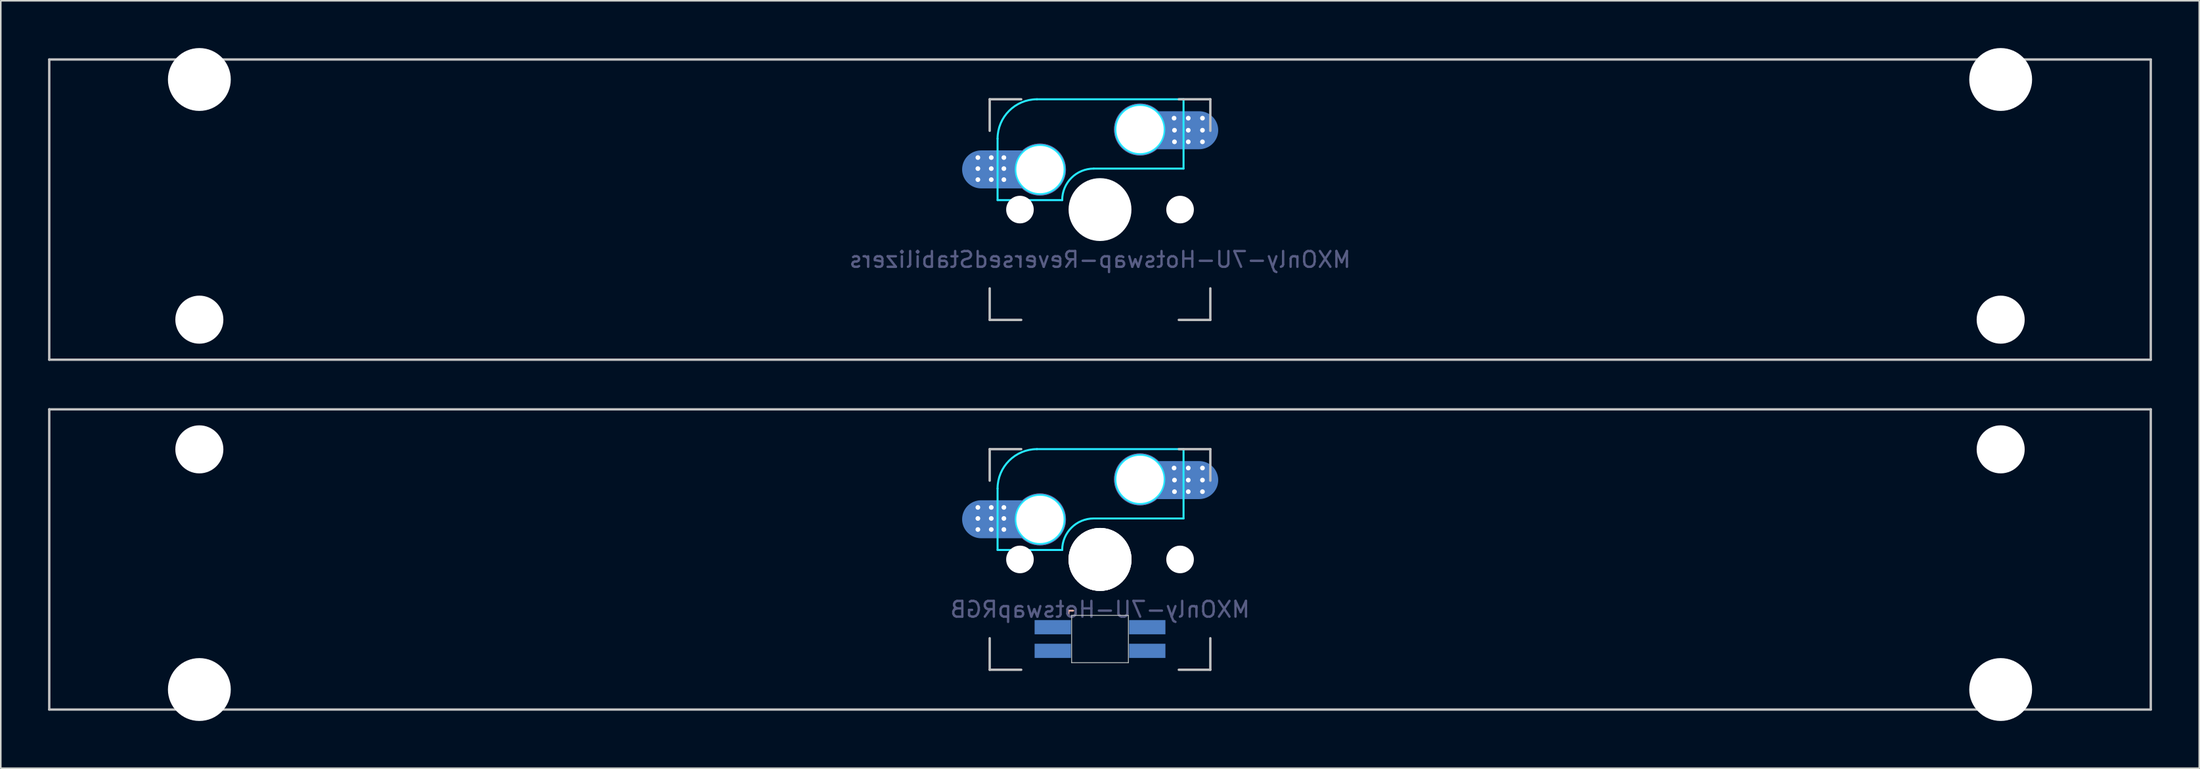
<source format=kicad_pcb>
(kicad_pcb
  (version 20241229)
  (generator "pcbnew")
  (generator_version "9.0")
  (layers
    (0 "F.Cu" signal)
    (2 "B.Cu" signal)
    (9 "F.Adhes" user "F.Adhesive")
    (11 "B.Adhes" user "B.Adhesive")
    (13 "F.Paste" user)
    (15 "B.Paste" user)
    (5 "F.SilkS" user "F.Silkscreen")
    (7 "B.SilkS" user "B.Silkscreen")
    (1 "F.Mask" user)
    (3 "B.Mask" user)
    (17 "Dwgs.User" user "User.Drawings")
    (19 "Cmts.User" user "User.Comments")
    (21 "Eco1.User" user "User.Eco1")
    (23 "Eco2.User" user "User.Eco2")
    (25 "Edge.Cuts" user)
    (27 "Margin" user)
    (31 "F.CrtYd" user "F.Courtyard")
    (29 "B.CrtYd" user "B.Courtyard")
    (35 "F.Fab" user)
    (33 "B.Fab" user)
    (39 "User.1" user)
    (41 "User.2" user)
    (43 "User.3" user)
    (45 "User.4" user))
  (footprint "MXOnly-7U-Hotswap-ReversedStabilizers"
    (layer "F.Cu")
    (at 66.75 10.249)
    (property "Reference" "MXOnly-7U-Hotswap-ReversedStabilizers" (at 0 3.175 0) (layer "B.Fab") (effects (font (size 1 1) (thickness 0.15)) (justify mirror)))
    (attr smd)
    (fp_line (start -66.675 -9.525) (end 66.675 -9.525) (stroke (width 0.15) (type solid)) (layer "Dwgs.User"))
    (fp_line (start -66.675 9.525) (end -66.675 -9.525) (stroke (width 0.15) (type solid)) (layer "Dwgs.User"))
    (fp_line (start -7 -7) (end -7 -5) (stroke (width 0.15) (type solid)) (layer "Dwgs.User"))
    (fp_line (start -7 5) (end -7 7) (stroke (width 0.15) (type solid)) (layer "Dwgs.User"))
    (fp_line (start -7 7) (end -5 7) (stroke (width 0.15) (type solid)) (layer "Dwgs.User"))
    (fp_line (start -5 -7) (end -7 -7) (stroke (width 0.15) (type solid)) (layer "Dwgs.User"))
    (fp_line (start 5 -7) (end 7 -7) (stroke (width 0.15) (type solid)) (layer "Dwgs.User"))
    (fp_line (start 5 7) (end 7 7) (stroke (width 0.15) (type solid)) (layer "Dwgs.User"))
    (fp_line (start 7 -5) (end 7 -7) (stroke (width 0.15) (type solid)) (layer "Dwgs.User"))
    (fp_line (start 7 7) (end 7 5) (stroke (width 0.15) (type solid)) (layer "Dwgs.User"))
    (fp_line (start 66.675 -9.525) (end 66.675 9.525) (stroke (width 0.15) (type solid)) (layer "Dwgs.User"))
    (fp_line (start 66.675 9.525) (end -66.675 9.525) (stroke (width 0.15) (type solid)) (layer "Dwgs.User"))
    (fp_line (start -6.5 -4.5) (end -6.5 -0.6) (stroke (width 0.127) (type solid)) (layer "B.CrtYd"))
    (fp_line (start -6.5 -0.6) (end -2.4 -0.6) (stroke (width 0.127) (type solid)) (layer "B.CrtYd"))
    (fp_line (start -0.4 -2.6) (end 5.3 -2.6) (stroke (width 0.127) (type solid)) (layer "B.CrtYd"))
    (fp_line (start 5.3 -7) (end -4 -7) (stroke (width 0.127) (type solid)) (layer "B.CrtYd"))
    (fp_line (start 5.3 -7) (end 5.3 -2.6) (stroke (width 0.127) (type solid)) (layer "B.CrtYd"))
    (fp_arc (start -6.5 -4.5) (mid -5.767767 -6.267767) (end -4 -7) (stroke (width 0.127) (type solid)) (layer "B.CrtYd"))
    (fp_arc (start -2.4 -0.6) (mid -1.814214 -2.014214) (end -0.4 -2.6) (stroke (width 0.127) (type solid)) (layer "B.CrtYd"))
    (fp_circle (center -3.81 -2.54) (end -2.286 -2.54) (stroke (width 0.15) (type solid)) (fill no) (layer "B.CrtYd"))
    (fp_circle (center 2.54 -5.08) (end 2.54 -6.604) (stroke (width 0.15) (type solid)) (fill no) (layer "B.CrtYd"))
    (pad "" np_thru_hole circle (at -57.15 -8.255) (size 3.988 3.988) (drill 3.988) (layers "*.Cu" "*.Mask"))
    (pad "" np_thru_hole circle (at -57.15 6.985) (size 3.048 3.048) (drill 3.048) (layers "*.Cu" "*.Mask"))
    (pad "" np_thru_hole circle (at -5.08 0 48.1) (size 1.75 1.75) (drill 1.75) (layers "*.Cu" "*.Mask"))
    (pad "" np_thru_hole circle (at 0 0) (size 3.988 3.988) (drill 3.988) (layers "*.Cu" "*.Mask"))
    (pad "" np_thru_hole circle (at 5.08 0 48.1) (size 1.75 1.75) (drill 1.75) (layers "*.Cu" "*.Mask"))
    (pad "" np_thru_hole circle (at 57.15 -8.255) (size 3.988 3.988) (drill 3.988) (layers "*.Cu" "*.Mask"))
    (pad "" np_thru_hole circle (at 57.15 6.985) (size 3.048 3.048) (drill 3.048) (layers "*.Cu" "*.Mask"))
    (pad "1" thru_hole circle (at 2.54 -5.08) (size 3.3 3.3) (drill 3) (layers "*.Cu" "B.Mask"))
    (pad "1" thru_hole circle (at 4.7 -5.8) (size 0.4 0.4) (drill 0.3) (layers "*.Cu" "B.Mask"))
    (pad "1" thru_hole circle (at 4.725 -5.035) (size 0.4 0.4) (drill 0.3) (layers "*.Cu" "B.Mask"))
    (pad "1" thru_hole circle (at 4.725 -4.3) (size 0.4 0.4) (drill 0.3) (layers "*.Cu" "B.Mask"))
    (pad "1" smd oval (at 4.75 -5.035) (size 5.5 2.41) (layers "B.Cu" "B.Mask" "B.Paste"))
    (pad "1" thru_hole circle (at 5.6 -5.8) (size 0.4 0.4) (drill 0.3) (layers "*.Cu" "B.Mask"))
    (pad "1" thru_hole circle (at 5.6 -5.035) (size 0.4 0.4) (drill 0.3) (layers "*.Cu" "B.Mask"))
    (pad "1" thru_hole circle (at 5.6 -4.3) (size 0.4 0.4) (drill 0.3) (layers "*.Cu" "B.Mask"))
    (pad "1" thru_hole circle (at 6.5 -5.8) (size 0.4 0.4) (drill 0.3) (layers "*.Cu" "B.Mask"))
    (pad "1" thru_hole circle (at 6.5 -5.035) (size 0.4 0.4) (drill 0.3) (layers "*.Cu" "B.Mask"))
    (pad "1" thru_hole circle (at 6.5 -4.3) (size 0.4 0.4) (drill 0.3) (layers "*.Cu" "B.Mask"))
    (pad "2" thru_hole circle (at -7.75 -3.3) (size 0.4 0.4) (drill 0.3) (layers "*.Cu" "B.Mask"))
    (pad "2" thru_hole circle (at -7.75 -2.6) (size 0.4 0.4) (drill 0.3) (layers "*.Cu" "B.Mask"))
    (pad "2" thru_hole circle (at -7.75 -1.9) (size 0.4 0.4) (drill 0.3) (layers "*.Cu" "B.Mask"))
    (pad "2" thru_hole circle (at -6.9 -3.3) (size 0.4 0.4) (drill 0.3) (layers "*.Cu" "B.Mask"))
    (pad "2" thru_hole circle (at -6.9 -2.6) (size 0.4 0.4) (drill 0.3) (layers "*.Cu" "B.Mask"))
    (pad "2" thru_hole circle (at -6.9 -1.9) (size 0.4 0.4) (drill 0.3) (layers "*.Cu" "B.Mask"))
    (pad "2" thru_hole circle (at -6.1 -3.3) (size 0.4 0.4) (drill 0.3) (layers "*.Cu" "B.Mask"))
    (pad "2" thru_hole circle (at -6.1 -2.6) (size 0.4 0.4) (drill 0.3) (layers "*.Cu" "B.Mask"))
    (pad "2" thru_hole circle (at -6.1 -1.9) (size 0.4 0.4) (drill 0.3) (layers "*.Cu" "B.Mask"))
    (pad "2" smd oval (at -6 -2.55) (size 5.5 2.41) (layers "B.Cu" "B.Mask" "B.Paste"))
    (pad "2" thru_hole circle (at -3.81 -2.54) (size 3.3 3.3) (drill 3) (layers "*.Cu" "B.Mask")))
  (footprint "MXOnly-7U-HotswapRGB"
    (layer "F.Cu")
    (at 66.75 32.449)
    (property "Reference" "MXOnly-7U-HotswapRGB" (at 0 3.175 0) (layer "B.Fab") (effects (font (size 1 1) (thickness 0.15)) (justify mirror)))
    (attr smd)
    (fp_line (start -2 3.25) (end -2 3.55) (stroke (width 0.12) (type solid)) (layer "B.SilkS"))
    (fp_line (start -1.7 3.25) (end -2 3.25) (stroke (width 0.12) (type solid)) (layer "B.SilkS"))
    (fp_line (start -66.675 -9.525) (end 66.675 -9.525) (stroke (width 0.15) (type solid)) (layer "Dwgs.User"))
    (fp_line (start -66.675 9.525) (end -66.675 -9.525) (stroke (width 0.15) (type solid)) (layer "Dwgs.User"))
    (fp_line (start -7 -7) (end -7 -5) (stroke (width 0.15) (type solid)) (layer "Dwgs.User"))
    (fp_line (start -7 5) (end -7 7) (stroke (width 0.15) (type solid)) (layer "Dwgs.User"))
    (fp_line (start -7 7) (end -5 7) (stroke (width 0.15) (type solid)) (layer "Dwgs.User"))
    (fp_line (start -5 -7) (end -7 -7) (stroke (width 0.15) (type solid)) (layer "Dwgs.User"))
    (fp_line (start 5 -7) (end 7 -7) (stroke (width 0.15) (type solid)) (layer "Dwgs.User"))
    (fp_line (start 5 7) (end 7 7) (stroke (width 0.15) (type solid)) (layer "Dwgs.User"))
    (fp_line (start 7 -5) (end 7 -7) (stroke (width 0.15) (type solid)) (layer "Dwgs.User"))
    (fp_line (start 7 7) (end 7 5) (stroke (width 0.15) (type solid)) (layer "Dwgs.User"))
    (fp_line (start 66.675 -9.525) (end 66.675 9.525) (stroke (width 0.15) (type solid)) (layer "Dwgs.User"))
    (fp_line (start 66.675 9.525) (end -66.675 9.525) (stroke (width 0.15) (type solid)) (layer "Dwgs.User"))
    (fp_line (start -1.8 3.55) (end -1.8 6.55) (stroke (width 0.05) (type default)) (layer "Edge.Cuts"))
    (fp_line (start -1.8 3.55) (end 1.8 3.55) (stroke (width 0.05) (type solid)) (layer "Edge.Cuts"))
    (fp_line (start 1.8 3.55) (end 1.8 6.55) (stroke (width 0.05) (type default)) (layer "Edge.Cuts"))
    (fp_line (start 1.8 6.55) (end -1.8 6.55) (stroke (width 0.05) (type solid)) (layer "Edge.Cuts"))
    (fp_line (start -6.5 -4.5) (end -6.5 -0.6) (stroke (width 0.127) (type solid)) (layer "B.CrtYd"))
    (fp_line (start -6.5 -0.6) (end -2.4 -0.6) (stroke (width 0.127) (type solid)) (layer "B.CrtYd"))
    (fp_line (start -0.4 -2.6) (end 5.3 -2.6) (stroke (width 0.127) (type solid)) (layer "B.CrtYd"))
    (fp_line (start 5.3 -7) (end -4 -7) (stroke (width 0.127) (type solid)) (layer "B.CrtYd"))
    (fp_line (start 5.3 -7) (end 5.3 -2.6) (stroke (width 0.127) (type solid)) (layer "B.CrtYd"))
    (fp_arc (start -6.5 -4.5) (mid -5.767767 -6.267767) (end -4 -7) (stroke (width 0.127) (type solid)) (layer "B.CrtYd"))
    (fp_arc (start -2.4 -0.6) (mid -1.814214 -2.014214) (end -0.4 -2.6) (stroke (width 0.127) (type solid)) (layer "B.CrtYd"))
    (fp_circle (center -3.81 -2.54) (end -2.286 -2.54) (stroke (width 0.15) (type solid)) (fill no) (layer "B.CrtYd"))
    (fp_circle (center 2.54 -5.08) (end 2.54 -6.604) (stroke (width 0.15) (type solid)) (fill no) (layer "B.CrtYd"))
    (pad "" np_thru_hole circle (at -57.15 -6.985) (size 3.048 3.048) (drill 3.048) (layers "*.Cu" "*.Mask"))
    (pad "" np_thru_hole circle (at -57.15 8.255) (size 3.988 3.988) (drill 3.988) (layers "*.Cu" "*.Mask"))
    (pad "" np_thru_hole circle (at -5.08 0 48.1) (size 1.75 1.75) (drill 1.75) (layers "*.Cu" "*.Mask"))
    (pad "" np_thru_hole circle (at 0 0) (size 3.988 3.988) (drill 3.988) (layers "*.Cu" "*.Mask"))
    (pad "" np_thru_hole circle (at 0 0) (size 3.988 3.988) (drill 3.988) (layers "*.Cu" "*.Mask"))
    (pad "" np_thru_hole circle (at 0 0) (size 4 4) (drill 4) (layers "*.Cu" "*.Mask"))
    (pad "" np_thru_hole circle (at 5.08 0 48.1) (size 1.75 1.75) (drill 1.75) (layers "*.Cu" "*.Mask"))
    (pad "" np_thru_hole circle (at 57.15 -6.985) (size 3.048 3.048) (drill 3.048) (layers "*.Cu" "*.Mask"))
    (pad "" np_thru_hole circle (at 57.15 8.255) (size 3.988 3.988) (drill 3.988) (layers "*.Cu" "*.Mask"))
    (pad "1" thru_hole circle (at 2.54 -5.08) (size 3.3 3.3) (drill 3) (layers "*.Cu" "B.Mask"))
    (pad "1" thru_hole circle (at 4.7 -5.8) (size 0.4 0.4) (drill 0.3) (layers "*.Cu" "B.Mask"))
    (pad "1" thru_hole circle (at 4.725 -5.035) (size 0.4 0.4) (drill 0.3) (layers "*.Cu" "B.Mask"))
    (pad "1" thru_hole circle (at 4.725 -4.3) (size 0.4 0.4) (drill 0.3) (layers "*.Cu" "B.Mask"))
    (pad "1" smd oval (at 4.75 -5.035) (size 5.5 2.41) (layers "B.Cu" "B.Mask" "B.Paste"))
    (pad "1" thru_hole circle (at 5.6 -5.8) (size 0.4 0.4) (drill 0.3) (layers "*.Cu" "B.Mask"))
    (pad "1" thru_hole circle (at 5.6 -5.035) (size 0.4 0.4) (drill 0.3) (layers "*.Cu" "B.Mask"))
    (pad "1" thru_hole circle (at 5.6 -4.3) (size 0.4 0.4) (drill 0.3) (layers "*.Cu" "B.Mask"))
    (pad "1" thru_hole circle (at 6.5 -5.8) (size 0.4 0.4) (drill 0.3) (layers "*.Cu" "B.Mask"))
    (pad "1" thru_hole circle (at 6.5 -5.035) (size 0.4 0.4) (drill 0.3) (layers "*.Cu" "B.Mask"))
    (pad "1" thru_hole circle (at 6.5 -4.3) (size 0.4 0.4) (drill 0.3) (layers "*.Cu" "B.Mask"))
    (pad "2" thru_hole circle (at -7.75 -3.3) (size 0.4 0.4) (drill 0.3) (layers "*.Cu" "B.Mask"))
    (pad "2" thru_hole circle (at -7.75 -2.6) (size 0.4 0.4) (drill 0.3) (layers "*.Cu" "B.Mask"))
    (pad "2" thru_hole circle (at -7.75 -1.9) (size 0.4 0.4) (drill 0.3) (layers "*.Cu" "B.Mask"))
    (pad "2" thru_hole circle (at -6.9 -3.3) (size 0.4 0.4) (drill 0.3) (layers "*.Cu" "B.Mask"))
    (pad "2" thru_hole circle (at -6.9 -2.6) (size 0.4 0.4) (drill 0.3) (layers "*.Cu" "B.Mask"))
    (pad "2" thru_hole circle (at -6.9 -1.9) (size 0.4 0.4) (drill 0.3) (layers "*.Cu" "B.Mask"))
    (pad "2" thru_hole circle (at -6.1 -3.3) (size 0.4 0.4) (drill 0.3) (layers "*.Cu" "B.Mask"))
    (pad "2" thru_hole circle (at -6.1 -2.6) (size 0.4 0.4) (drill 0.3) (layers "*.Cu" "B.Mask"))
    (pad "2" thru_hole circle (at -6.1 -1.9) (size 0.4 0.4) (drill 0.3) (layers "*.Cu" "B.Mask"))
    (pad "2" smd oval (at -6 -2.55) (size 5.5 2.41) (layers "B.Cu" "B.Mask" "B.Paste"))
    (pad "2" thru_hole circle (at -3.81 -2.54) (size 3.3 3.3) (drill 3) (layers "*.Cu" "B.Mask"))
    (pad "3" smd rect (at -3 4.3) (size 2.3 0.9) (layers "B.Cu" "B.Mask" "B.Paste"))
    (pad "4" smd rect (at -3 5.8) (size 2.3 0.9) (layers "B.Cu" "B.Mask" "B.Paste"))
    (pad "5" smd rect (at 3 4.3) (size 2.3 0.9) (layers "B.Cu" "B.Mask" "B.Paste"))
    (pad "6" smd rect (at 3 5.8) (size 2.3 0.9) (layers "B.Cu" "B.Mask" "B.Paste")))
  (gr_rect
    (start -3 -3)
    (end 136.5 45.698)
    (stroke (width 0.1) (type default))
    (fill no)
    (layer "Edge.Cuts")))
</source>
